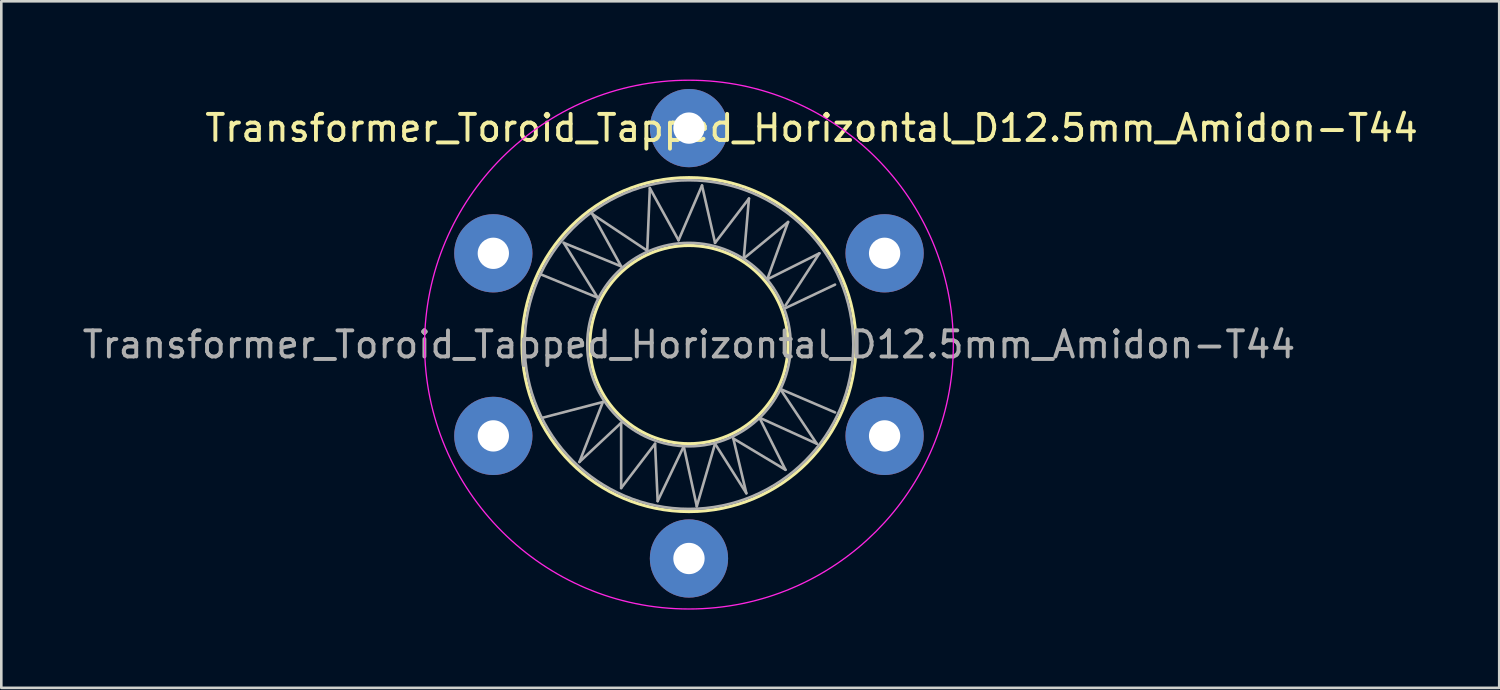
<source format=kicad_pcb>
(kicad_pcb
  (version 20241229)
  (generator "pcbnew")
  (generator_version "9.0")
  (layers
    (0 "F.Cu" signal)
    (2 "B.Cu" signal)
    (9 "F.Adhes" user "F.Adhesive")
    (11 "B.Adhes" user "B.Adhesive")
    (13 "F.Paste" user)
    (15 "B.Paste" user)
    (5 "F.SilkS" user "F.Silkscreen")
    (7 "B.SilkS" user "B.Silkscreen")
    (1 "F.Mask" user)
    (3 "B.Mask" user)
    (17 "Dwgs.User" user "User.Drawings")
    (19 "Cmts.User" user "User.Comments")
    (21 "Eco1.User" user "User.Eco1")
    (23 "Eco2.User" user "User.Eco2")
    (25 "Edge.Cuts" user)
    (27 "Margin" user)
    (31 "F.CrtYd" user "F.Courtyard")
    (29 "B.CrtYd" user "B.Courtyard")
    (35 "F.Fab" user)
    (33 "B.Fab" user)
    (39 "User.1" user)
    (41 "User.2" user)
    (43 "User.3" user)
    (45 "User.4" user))
  (footprint "Transformer_Toroid_Tapped_Horizontal_D12.5mm_Amidon-T44"
    (layer "F.Cu")
    (at 15.863 13.661)
    (property "Reference" "Transformer_Toroid_Tapped_Horizontal_D12.5mm_Amidon-T44" (at 12.2 -11.8 0) (layer "F.SilkS") (effects (font (size 1 1) (thickness 0.15))))
    (attr through_hole)
    (fp_circle (center 7.5 -3.5) (end 11.3 -3.5) (stroke (width 0.12) (type solid)) (fill no) (layer "F.SilkS"))
    (fp_circle (center 7.5 -3.5) (end 13.9 -3.4) (stroke (width 0.12) (type solid)) (fill no) (layer "F.SilkS"))
    (fp_circle (center 7.5 -3.5) (end 16.2 1.7) (stroke (width 0.05) (type solid)) (fill no) (layer "F.CrtYd"))
    (fp_line (start 1.8 -6.2) (end 4 -5.3) (stroke (width 0.1) (type solid)) (layer "F.Fab"))
    (fp_line (start 1.9 -0.7) (end 4.2 -1.3) (stroke (width 0.1) (type solid)) (layer "F.Fab"))
    (fp_line (start 2.7 -7.4) (end 4.9 -6.5) (stroke (width 0.1) (type solid)) (layer "F.Fab"))
    (fp_line (start 3.3 1) (end 4.9 -0.5) (stroke (width 0.1) (type solid)) (layer "F.Fab"))
    (fp_line (start 3.8 -8.5) (end 5.9 -7.1) (stroke (width 0.1) (type solid)) (layer "F.Fab"))
    (fp_line (start 4 -5.3) (end 2.7 -7.4) (stroke (width 0.1) (type solid)) (layer "F.Fab"))
    (fp_line (start 4.2 -1.3) (end 3.3 1) (stroke (width 0.1) (type solid)) (layer "F.Fab"))
    (fp_line (start 4.9 -6.5) (end 3.8 -8.5) (stroke (width 0.1) (type solid)) (layer "F.Fab"))
    (fp_line (start 4.9 -0.5) (end 4.9 2) (stroke (width 0.1) (type solid)) (layer "F.Fab"))
    (fp_line (start 4.9 2) (end 6.2 0.3) (stroke (width 0.1) (type solid)) (layer "F.Fab"))
    (fp_line (start 5.9 -7.1) (end 6 -9.5) (stroke (width 0.1) (type solid)) (layer "F.Fab"))
    (fp_line (start 6 -9.5) (end 7.1 -7.5) (stroke (width 0.1) (type solid)) (layer "F.Fab"))
    (fp_line (start 6.2 0.3) (end 6.3 2.5) (stroke (width 0.1) (type solid)) (layer "F.Fab"))
    (fp_line (start 6.3 2.5) (end 7.3 0.4) (stroke (width 0.1) (type solid)) (layer "F.Fab"))
    (fp_line (start 7.1 -7.5) (end 8 -9.6) (stroke (width 0.1) (type solid)) (layer "F.Fab"))
    (fp_line (start 7.3 0.4) (end 7.8 2.7) (stroke (width 0.1) (type solid)) (layer "F.Fab"))
    (fp_line (start 7.8 2.7) (end 8.5 0.3) (stroke (width 0.1) (type solid)) (layer "F.Fab"))
    (fp_line (start 8 -9.6) (end 8.5 -7.4) (stroke (width 0.1) (type solid)) (layer "F.Fab"))
    (fp_line (start 8.5 -7.4) (end 9.8 -9.1) (stroke (width 0.1) (type solid)) (layer "F.Fab"))
    (fp_line (start 8.5 0.3) (end 9.7 2.2) (stroke (width 0.1) (type solid)) (layer "F.Fab"))
    (fp_line (start 9.2 0.1) (end 11.2 1.3) (stroke (width 0.1) (type solid)) (layer "F.Fab"))
    (fp_line (start 9.6 -6.8) (end 11.3 -8.2) (stroke (width 0.1) (type solid)) (layer "F.Fab"))
    (fp_line (start 9.7 2.2) (end 9.2 0.1) (stroke (width 0.1) (type solid)) (layer "F.Fab"))
    (fp_line (start 9.8 -9.1) (end 9.6 -6.8) (stroke (width 0.1) (type solid)) (layer "F.Fab"))
    (fp_line (start 10.2 -0.7) (end 12.4 0.3) (stroke (width 0.1) (type solid)) (layer "F.Fab"))
    (fp_line (start 10.5 -6) (end 12.5 -7) (stroke (width 0.1) (type solid)) (layer "F.Fab"))
    (fp_line (start 11 -1.8) (end 13.1 -0.9) (stroke (width 0.1) (type solid)) (layer "F.Fab"))
    (fp_line (start 11.2 -4.9) (end 13.1 -5.8) (stroke (width 0.1) (type solid)) (layer "F.Fab"))
    (fp_line (start 11.2 1.3) (end 10.2 -0.7) (stroke (width 0.1) (type solid)) (layer "F.Fab"))
    (fp_line (start 11.3 -8.2) (end 10.5 -6) (stroke (width 0.1) (type solid)) (layer "F.Fab"))
    (fp_line (start 12.4 0.3) (end 11 -1.8) (stroke (width 0.1) (type solid)) (layer "F.Fab"))
    (fp_line (start 12.5 -7) (end 11.2 -5) (stroke (width 0.1) (type solid)) (layer "F.Fab"))
    (fp_circle (center 7.5 -3.5) (end 11.4 -3.5) (stroke (width 0.1) (type solid)) (fill no) (layer "F.Fab"))
    (fp_circle (center 7.5 -3.5) (end 13.8 -3.5) (stroke (width 0.1) (type solid)) (fill no) (layer "F.Fab"))
    (fp_text user "${REFERENCE}" (at 7.5 -3.5 0) (layer "F.Fab") (effects (font (size 1 1) (thickness 0.15))))
    (pad "1" thru_hole circle (at 0 0) (size 3 3) (drill 1.2) (layers "*.Cu" "*.Mask"))
    (pad "2" thru_hole circle (at 7.5 4.7) (size 3 3) (drill 1.2) (layers "*.Cu" "*.Mask"))
    (pad "3" thru_hole circle (at 15 0) (size 3 3) (drill 1.2) (layers "*.Cu" "*.Mask"))
    (pad "4" thru_hole circle (at 0 -7) (size 3 3) (drill 1.2) (layers "*.Cu" "*.Mask"))
    (pad "5" thru_hole circle (at 7.5 -11.8) (size 3 3) (drill 1.2) (layers "*.Cu" "*.Mask"))
    (pad "6" thru_hole circle (at 15 -7) (size 3 3) (drill 1.2) (layers "*.Cu" "*.Mask")))
  (gr_rect
    (start -3 -3)
    (end 54.426 23.321)
    (stroke (width 0.1) (type default))
    (fill no)
    (layer "Edge.Cuts")))
</source>
